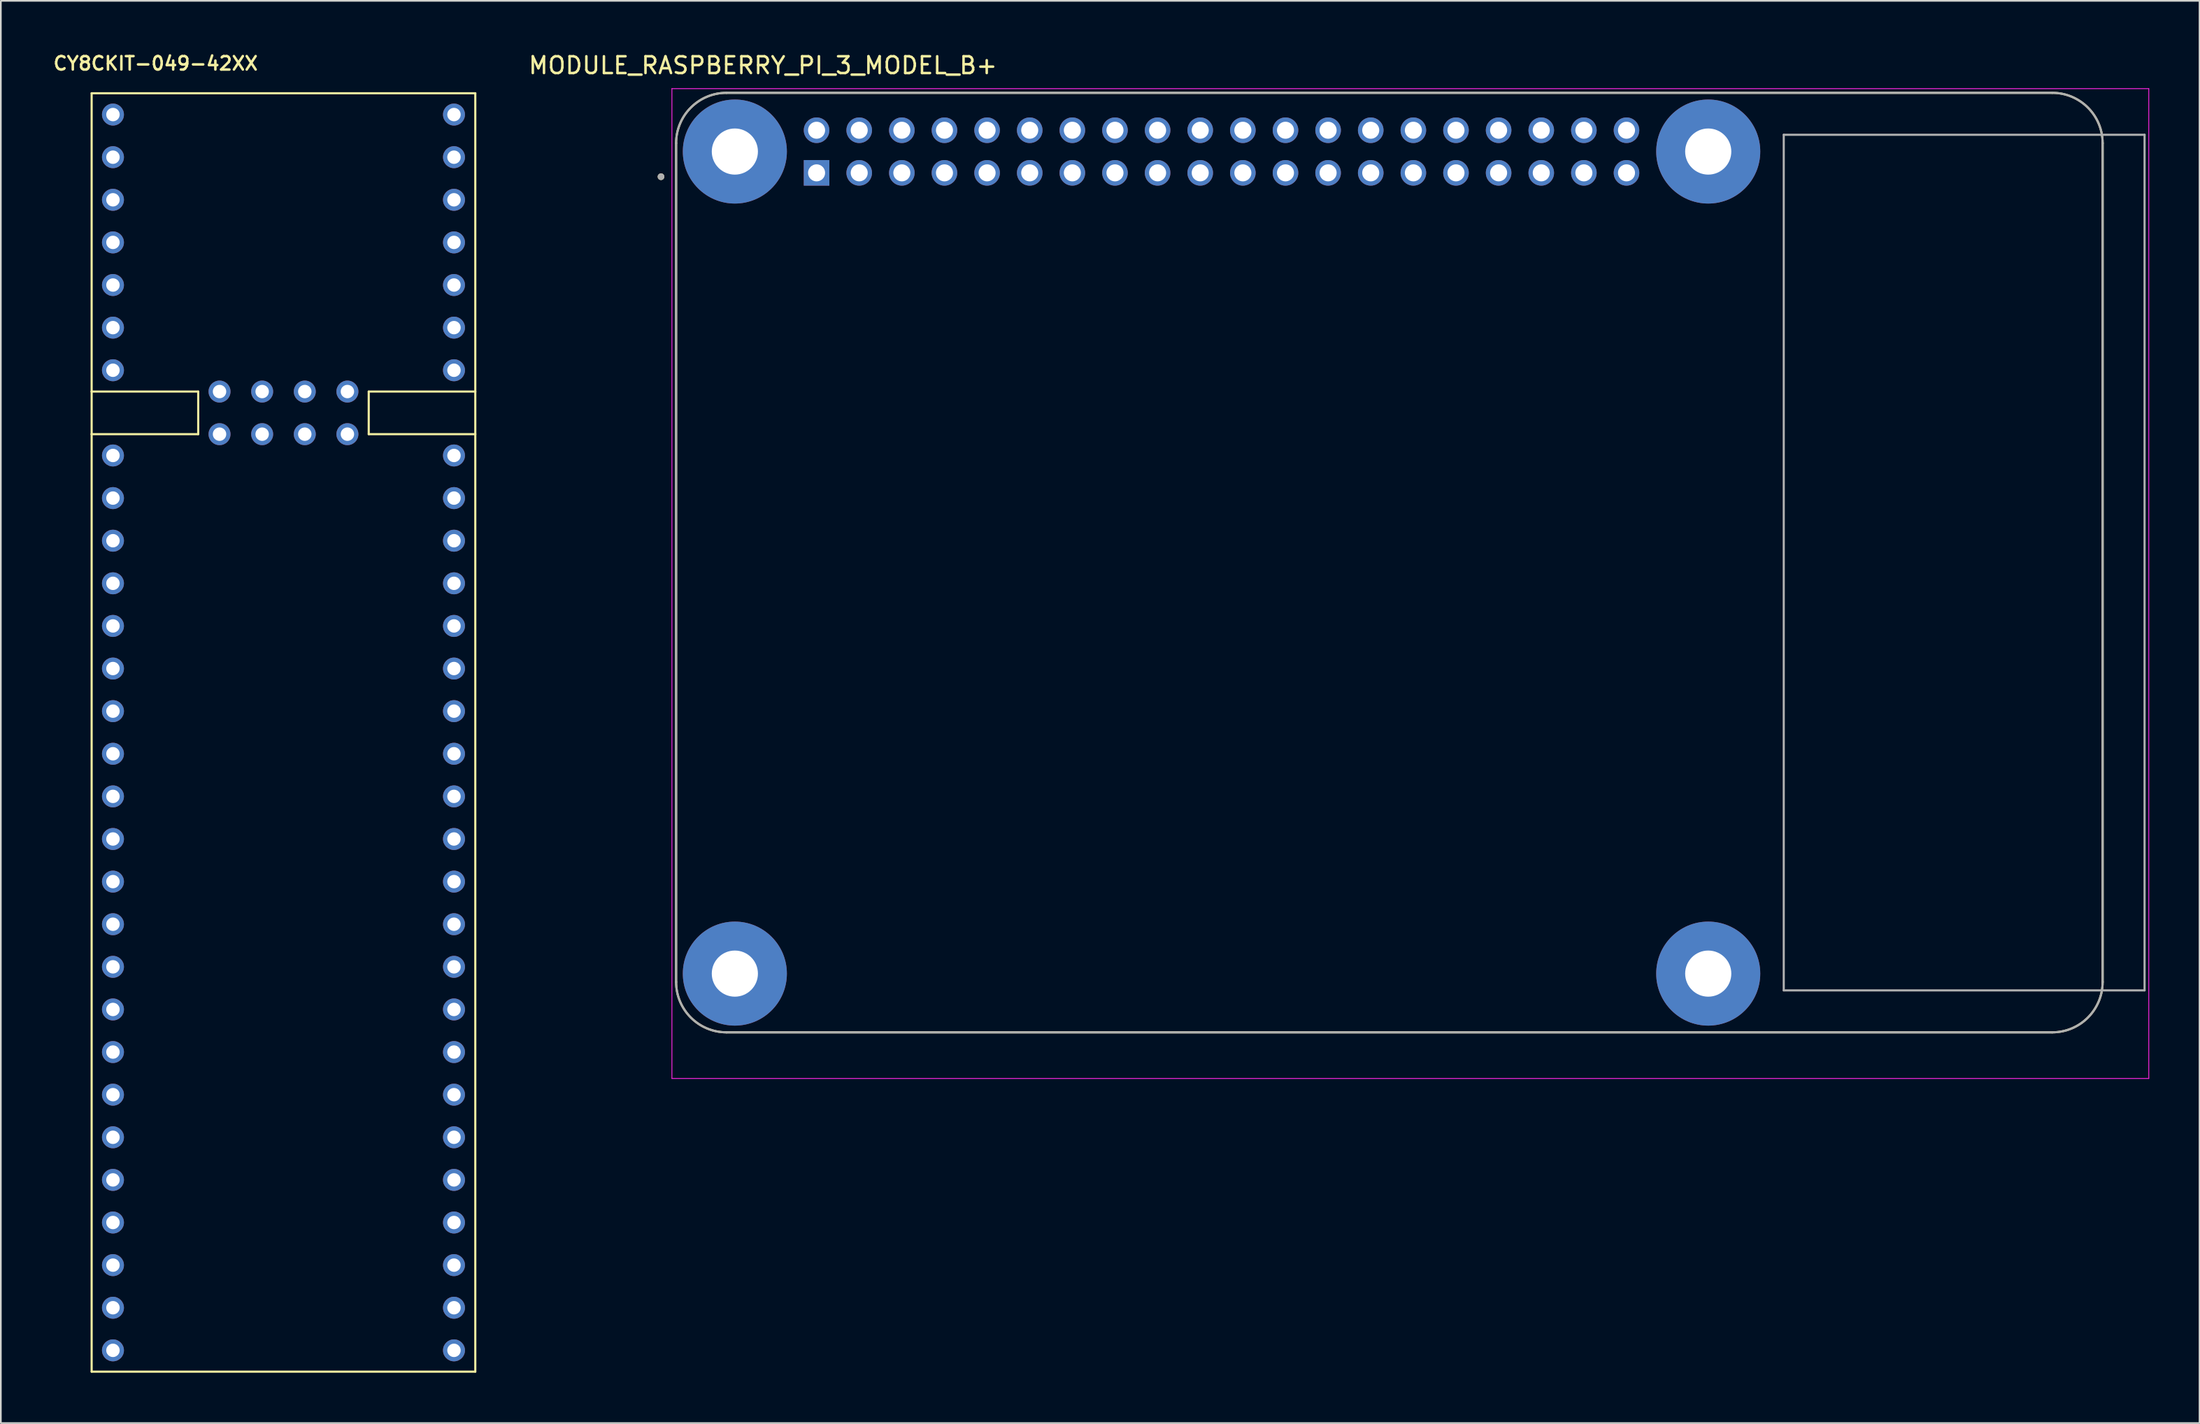
<source format=kicad_pcb>
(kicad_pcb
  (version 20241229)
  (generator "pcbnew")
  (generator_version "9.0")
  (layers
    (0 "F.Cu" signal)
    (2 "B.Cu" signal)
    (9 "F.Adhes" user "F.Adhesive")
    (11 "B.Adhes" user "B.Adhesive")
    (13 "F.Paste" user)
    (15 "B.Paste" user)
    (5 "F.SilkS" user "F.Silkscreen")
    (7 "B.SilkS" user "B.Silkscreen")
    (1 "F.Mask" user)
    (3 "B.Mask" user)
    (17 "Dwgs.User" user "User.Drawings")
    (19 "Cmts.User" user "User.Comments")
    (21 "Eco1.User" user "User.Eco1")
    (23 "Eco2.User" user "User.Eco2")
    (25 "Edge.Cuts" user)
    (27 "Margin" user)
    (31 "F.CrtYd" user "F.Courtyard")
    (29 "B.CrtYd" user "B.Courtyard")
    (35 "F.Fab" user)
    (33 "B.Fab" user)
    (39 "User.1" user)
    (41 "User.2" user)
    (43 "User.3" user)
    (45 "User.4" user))
  (footprint "CY8CKIT-049-42XX"
    (layer "F.Cu")
    (at 13.841 44.419)
    (property "Reference" "CY8CKIT-049-42XX" (at -7.62 -43.688 0) (layer "F.SilkS") (effects (font (size 0.8 0.8) (thickness 0.15))))
    (attr through_hole)
    (fp_line (start -11.43 -41.91) (end 11.43 -41.91) (stroke (width 0.127) (type solid)) (layer "F.SilkS"))
    (fp_line (start -11.43 -24.13) (end -11.43 -41.91) (stroke (width 0.127) (type solid)) (layer "F.SilkS"))
    (fp_line (start -11.43 -24.13) (end -5.08 -24.13) (stroke (width 0.127) (type solid)) (layer "F.SilkS"))
    (fp_line (start -11.43 -21.59) (end -11.43 -24.13) (stroke (width 0.127) (type solid)) (layer "F.SilkS"))
    (fp_line (start -11.43 34.29) (end -11.43 -21.59) (stroke (width 0.127) (type solid)) (layer "F.SilkS"))
    (fp_line (start -5.08 -24.13) (end -5.08 -21.59) (stroke (width 0.127) (type solid)) (layer "F.SilkS"))
    (fp_line (start -5.08 -21.59) (end -11.43 -21.59) (stroke (width 0.127) (type solid)) (layer "F.SilkS"))
    (fp_line (start 5.08 -24.13) (end 5.08 -21.59) (stroke (width 0.127) (type solid)) (layer "F.SilkS"))
    (fp_line (start 5.08 -21.59) (end 11.43 -21.59) (stroke (width 0.127) (type solid)) (layer "F.SilkS"))
    (fp_line (start 11.43 -41.91) (end 11.43 -24.13) (stroke (width 0.127) (type solid)) (layer "F.SilkS"))
    (fp_line (start 11.43 -24.13) (end 5.08 -24.13) (stroke (width 0.127) (type solid)) (layer "F.SilkS"))
    (fp_line (start 11.43 -24.13) (end 11.43 -21.59) (stroke (width 0.127) (type solid)) (layer "F.SilkS"))
    (fp_line (start 11.43 -21.59) (end 11.43 34.29) (stroke (width 0.127) (type solid)) (layer "F.SilkS"))
    (fp_line (start 11.43 34.29) (end -11.43 34.29) (stroke (width 0.127) (type solid)) (layer "F.SilkS"))
    (pad "1" thru_hole circle (at -10.16 33.02) (size 1.308 1.308) (drill 0.8) (layers "*.Cu" "*.Mask"))
    (pad "2" thru_hole circle (at -10.16 30.48) (size 1.308 1.308) (drill 0.8) (layers "*.Cu" "*.Mask"))
    (pad "3" thru_hole circle (at -10.16 27.94) (size 1.308 1.308) (drill 0.8) (layers "*.Cu" "*.Mask"))
    (pad "4" thru_hole circle (at -10.16 25.4) (size 1.308 1.308) (drill 0.8) (layers "*.Cu" "*.Mask"))
    (pad "5" thru_hole circle (at -10.16 22.86) (size 1.308 1.308) (drill 0.8) (layers "*.Cu" "*.Mask"))
    (pad "6" thru_hole circle (at -10.16 20.32) (size 1.308 1.308) (drill 0.8) (layers "*.Cu" "*.Mask"))
    (pad "7" thru_hole circle (at -10.16 17.78) (size 1.308 1.308) (drill 0.8) (layers "*.Cu" "*.Mask"))
    (pad "8" thru_hole circle (at -10.16 15.24) (size 1.308 1.308) (drill 0.8) (layers "*.Cu" "*.Mask"))
    (pad "9" thru_hole circle (at -10.16 12.7) (size 1.308 1.308) (drill 0.8) (layers "*.Cu" "*.Mask"))
    (pad "10" thru_hole circle (at -10.16 10.16) (size 1.308 1.308) (drill 0.8) (layers "*.Cu" "*.Mask"))
    (pad "11" thru_hole circle (at -10.16 7.62) (size 1.308 1.308) (drill 0.8) (layers "*.Cu" "*.Mask"))
    (pad "12" thru_hole circle (at -10.16 5.08) (size 1.308 1.308) (drill 0.8) (layers "*.Cu" "*.Mask"))
    (pad "13" thru_hole circle (at -10.16 2.54) (size 1.308 1.308) (drill 0.8) (layers "*.Cu" "*.Mask"))
    (pad "14" thru_hole circle (at -10.16 0) (size 1.308 1.308) (drill 0.8) (layers "*.Cu" "*.Mask"))
    (pad "15" thru_hole circle (at -10.16 -2.54) (size 1.308 1.308) (drill 0.8) (layers "*.Cu" "*.Mask"))
    (pad "16" thru_hole circle (at -10.16 -5.08) (size 1.308 1.308) (drill 0.8) (layers "*.Cu" "*.Mask"))
    (pad "17" thru_hole circle (at -10.16 -7.62) (size 1.308 1.308) (drill 0.8) (layers "*.Cu" "*.Mask"))
    (pad "18" thru_hole circle (at -10.16 -10.16) (size 1.308 1.308) (drill 0.8) (layers "*.Cu" "*.Mask"))
    (pad "19" thru_hole circle (at -10.16 -12.7) (size 1.308 1.308) (drill 0.8) (layers "*.Cu" "*.Mask"))
    (pad "20" thru_hole circle (at -10.16 -15.24) (size 1.308 1.308) (drill 0.8) (layers "*.Cu" "*.Mask"))
    (pad "21" thru_hole circle (at -10.16 -17.78) (size 1.308 1.308) (drill 0.8) (layers "*.Cu" "*.Mask"))
    (pad "22" thru_hole circle (at -10.16 -20.32) (size 1.308 1.308) (drill 0.8) (layers "*.Cu" "*.Mask"))
    (pad "23" thru_hole circle (at 10.16 -20.32) (size 1.308 1.308) (drill 0.8) (layers "*.Cu" "*.Mask"))
    (pad "24" thru_hole circle (at 10.16 -17.78) (size 1.308 1.308) (drill 0.8) (layers "*.Cu" "*.Mask"))
    (pad "25" thru_hole circle (at 10.16 -15.24) (size 1.308 1.308) (drill 0.8) (layers "*.Cu" "*.Mask"))
    (pad "26" thru_hole circle (at 10.16 -12.7) (size 1.308 1.308) (drill 0.8) (layers "*.Cu" "*.Mask"))
    (pad "27" thru_hole circle (at 10.16 -10.16) (size 1.308 1.308) (drill 0.8) (layers "*.Cu" "*.Mask"))
    (pad "28" thru_hole circle (at 10.16 -7.62) (size 1.308 1.308) (drill 0.8) (layers "*.Cu" "*.Mask"))
    (pad "29" thru_hole circle (at 10.16 -5.08) (size 1.308 1.308) (drill 0.8) (layers "*.Cu" "*.Mask"))
    (pad "30" thru_hole circle (at 10.16 -2.54) (size 1.308 1.308) (drill 0.8) (layers "*.Cu" "*.Mask"))
    (pad "31" thru_hole circle (at 10.16 0) (size 1.308 1.308) (drill 0.8) (layers "*.Cu" "*.Mask"))
    (pad "32" thru_hole circle (at 10.16 2.54) (size 1.308 1.308) (drill 0.8) (layers "*.Cu" "*.Mask"))
    (pad "33" thru_hole circle (at 10.16 5.08) (size 1.308 1.308) (drill 0.8) (layers "*.Cu" "*.Mask"))
    (pad "34" thru_hole circle (at 10.16 7.62) (size 1.308 1.308) (drill 0.8) (layers "*.Cu" "*.Mask"))
    (pad "35" thru_hole circle (at 10.16 10.16) (size 1.308 1.308) (drill 0.8) (layers "*.Cu" "*.Mask"))
    (pad "36" thru_hole circle (at 10.16 12.7) (size 1.308 1.308) (drill 0.8) (layers "*.Cu" "*.Mask"))
    (pad "37" thru_hole circle (at 10.16 15.24) (size 1.308 1.308) (drill 0.8) (layers "*.Cu" "*.Mask"))
    (pad "38" thru_hole circle (at 10.16 17.78) (size 1.308 1.308) (drill 0.8) (layers "*.Cu" "*.Mask"))
    (pad "39" thru_hole circle (at 10.16 20.32) (size 1.308 1.308) (drill 0.8) (layers "*.Cu" "*.Mask"))
    (pad "40" thru_hole circle (at 10.16 22.86) (size 1.308 1.308) (drill 0.8) (layers "*.Cu" "*.Mask"))
    (pad "41" thru_hole circle (at 10.16 25.4) (size 1.308 1.308) (drill 0.8) (layers "*.Cu" "*.Mask"))
    (pad "42" thru_hole circle (at 10.16 27.94) (size 1.308 1.308) (drill 0.8) (layers "*.Cu" "*.Mask"))
    (pad "43" thru_hole circle (at 10.16 30.48) (size 1.308 1.308) (drill 0.8) (layers "*.Cu" "*.Mask"))
    (pad "44" thru_hole circle (at 10.16 33.02) (size 1.308 1.308) (drill 0.8) (layers "*.Cu" "*.Mask"))
    (pad "45" thru_hole circle (at -3.81 -21.59) (size 1.308 1.308) (drill 0.8) (layers "*.Cu" "*.Mask"))
    (pad "46" thru_hole circle (at -1.27 -21.59) (size 1.308 1.308) (drill 0.8) (layers "*.Cu" "*.Mask"))
    (pad "47" thru_hole circle (at 1.27 -21.59) (size 1.308 1.308) (drill 0.8) (layers "*.Cu" "*.Mask"))
    (pad "48" thru_hole circle (at 3.81 -21.59) (size 1.308 1.308) (drill 0.8) (layers "*.Cu" "*.Mask"))
    (pad "49" thru_hole circle (at -3.81 -24.13) (size 1.308 1.308) (drill 0.8) (layers "*.Cu" "*.Mask"))
    (pad "50" thru_hole circle (at -1.27 -24.13) (size 1.308 1.308) (drill 0.8) (layers "*.Cu" "*.Mask"))
    (pad "51" thru_hole circle (at 1.27 -24.13) (size 1.308 1.308) (drill 0.8) (layers "*.Cu" "*.Mask"))
    (pad "52" thru_hole circle (at 3.81 -24.13) (size 1.308 1.308) (drill 0.8) (layers "*.Cu" "*.Mask"))
    (pad "53" thru_hole circle (at -10.16 -25.4) (size 1.308 1.308) (drill 0.8) (layers "*.Cu" "*.Mask"))
    (pad "54" thru_hole circle (at -10.16 -27.94) (size 1.308 1.308) (drill 0.8) (layers "*.Cu" "*.Mask"))
    (pad "55" thru_hole circle (at -10.16 -30.48) (size 1.308 1.308) (drill 0.8) (layers "*.Cu" "*.Mask"))
    (pad "56" thru_hole circle (at -10.16 -33.02) (size 1.308 1.308) (drill 0.8) (layers "*.Cu" "*.Mask"))
    (pad "57" thru_hole circle (at -10.16 -35.56) (size 1.308 1.308) (drill 0.8) (layers "*.Cu" "*.Mask"))
    (pad "58" thru_hole circle (at -10.16 -38.1) (size 1.308 1.308) (drill 0.8) (layers "*.Cu" "*.Mask"))
    (pad "59" thru_hole circle (at -10.16 -40.64) (size 1.308 1.308) (drill 0.8) (layers "*.Cu" "*.Mask"))
    (pad "60" thru_hole circle (at 10.16 -40.64) (size 1.308 1.308) (drill 0.8) (layers "*.Cu" "*.Mask"))
    (pad "61" thru_hole circle (at 10.16 -38.1) (size 1.308 1.308) (drill 0.8) (layers "*.Cu" "*.Mask"))
    (pad "62" thru_hole circle (at 10.16 -35.56) (size 1.308 1.308) (drill 0.8) (layers "*.Cu" "*.Mask"))
    (pad "63" thru_hole circle (at 10.16 -33.02) (size 1.308 1.308) (drill 0.8) (layers "*.Cu" "*.Mask"))
    (pad "64" thru_hole circle (at 10.16 -30.48) (size 1.308 1.308) (drill 0.8) (layers "*.Cu" "*.Mask"))
    (pad "65" thru_hole circle (at 10.16 -27.94) (size 1.308 1.308) (drill 0.8) (layers "*.Cu" "*.Mask"))
    (pad "66" thru_hole circle (at 10.16 -25.4) (size 1.308 1.308) (drill 0.8) (layers "*.Cu" "*.Mask")))
  (footprint "MODULE_RASPBERRY_PI_3_MODEL_B+"
    (layer "F.Cu")
    (at 79.737 30.483)
    (property "Reference" "MODULE_RASPBERRY_PI_3_MODEL_B+" (at -37.325 -29.635 0) (layer "F.SilkS") (effects (font (size 1 1) (thickness 0.15))))
    (attr through_hole)
    (fp_line (start -42.5 -25) (end -42.5 25) (stroke (width 0.127) (type solid)) (layer "F.SilkS"))
    (fp_line (start -39.5 28) (end 39.5 28) (stroke (width 0.127) (type solid)) (layer "F.SilkS"))
    (fp_line (start 39.5 -28) (end -39.5 -28) (stroke (width 0.127) (type solid)) (layer "F.SilkS"))
    (fp_line (start 42.5 25) (end 42.5 -25) (stroke (width 0.127) (type solid)) (layer "F.SilkS"))
    (fp_arc (start -42.5 -25) (mid -41.62132 -27.12132) (end -39.5 -28) (stroke (width 0.127) (type solid)) (layer "F.SilkS"))
    (fp_arc (start -39.5 28) (mid -41.62132 27.12132) (end -42.5 25) (stroke (width 0.127) (type solid)) (layer "F.SilkS"))
    (fp_arc (start 39.5 -28) (mid 41.62132 -27.12132) (end 42.5 -25) (stroke (width 0.127) (type solid)) (layer "F.SilkS"))
    (fp_arc (start 42.5 25) (mid 41.62132 27.12132) (end 39.5 28) (stroke (width 0.127) (type solid)) (layer "F.SilkS"))
    (fp_circle (center -43.4 -23) (end -43.3 -23) (stroke (width 0.2) (type solid)) (fill no) (layer "F.SilkS"))
    (fp_line (start -42.75 -28.25) (end 45.25 -28.25) (stroke (width 0.05) (type solid)) (layer "F.CrtYd"))
    (fp_line (start -42.75 30.75) (end -42.75 -28.25) (stroke (width 0.05) (type solid)) (layer "F.CrtYd"))
    (fp_line (start 45.25 -28.25) (end 45.25 30.75) (stroke (width 0.05) (type solid)) (layer "F.CrtYd"))
    (fp_line (start 45.25 30.75) (end -42.75 30.75) (stroke (width 0.05) (type solid)) (layer "F.CrtYd"))
    (fp_line (start -42.5 -25) (end -42.5 25) (stroke (width 0.127) (type solid)) (layer "F.Fab"))
    (fp_line (start -39.5 28) (end 39.5 28) (stroke (width 0.127) (type solid)) (layer "F.Fab"))
    (fp_line (start 23.5 -25.5) (end 23.5 25.5) (stroke (width 0.127) (type solid)) (layer "F.Fab"))
    (fp_line (start 23.5 25.5) (end 45 25.5) (stroke (width 0.127) (type solid)) (layer "F.Fab"))
    (fp_line (start 39.5 -28) (end -39.5 -28) (stroke (width 0.127) (type solid)) (layer "F.Fab"))
    (fp_line (start 42.5 25) (end 42.5 -25) (stroke (width 0.127) (type solid)) (layer "F.Fab"))
    (fp_line (start 45 -25.5) (end 23.5 -25.5) (stroke (width 0.127) (type solid)) (layer "F.Fab"))
    (fp_line (start 45 25.5) (end 45 -25.5) (stroke (width 0.127) (type solid)) (layer "F.Fab"))
    (fp_arc (start -42.5 -25) (mid -41.62132 -27.12132) (end -39.5 -28) (stroke (width 0.127) (type solid)) (layer "F.Fab"))
    (fp_arc (start -39.5 28) (mid -41.62132 27.12132) (end -42.5 25) (stroke (width 0.127) (type solid)) (layer "F.Fab"))
    (fp_arc (start 39.5 -28) (mid 41.62132 -27.12132) (end 42.5 -25) (stroke (width 0.127) (type solid)) (layer "F.Fab"))
    (fp_arc (start 42.5 25) (mid 41.62132 27.12132) (end 39.5 28) (stroke (width 0.127) (type solid)) (layer "F.Fab"))
    (fp_circle (center -43.4 -23) (end -43.3 -23) (stroke (width 0.2) (type solid)) (fill no) (layer "F.Fab"))
    (pad "1" thru_hole rect (at -34.13 -23.23) (size 1.524 1.524) (drill 1.016) (layers "*.Cu" "*.Mask"))
    (pad "2" thru_hole circle (at -34.13 -25.77) (size 1.524 1.524) (drill 1.016) (layers "*.Cu" "*.Mask"))
    (pad "3" thru_hole circle (at -31.59 -23.23) (size 1.524 1.524) (drill 1.016) (layers "*.Cu" "*.Mask"))
    (pad "4" thru_hole circle (at -31.59 -25.77) (size 1.524 1.524) (drill 1.016) (layers "*.Cu" "*.Mask"))
    (pad "5" thru_hole circle (at -29.05 -23.23) (size 1.524 1.524) (drill 1.016) (layers "*.Cu" "*.Mask"))
    (pad "6" thru_hole circle (at -29.05 -25.77) (size 1.524 1.524) (drill 1.016) (layers "*.Cu" "*.Mask"))
    (pad "7" thru_hole circle (at -26.51 -23.23) (size 1.524 1.524) (drill 1.016) (layers "*.Cu" "*.Mask"))
    (pad "8" thru_hole circle (at -26.51 -25.77) (size 1.524 1.524) (drill 1.016) (layers "*.Cu" "*.Mask"))
    (pad "9" thru_hole circle (at -23.97 -23.23) (size 1.524 1.524) (drill 1.016) (layers "*.Cu" "*.Mask"))
    (pad "10" thru_hole circle (at -23.97 -25.77) (size 1.524 1.524) (drill 1.016) (layers "*.Cu" "*.Mask"))
    (pad "11" thru_hole circle (at -21.43 -23.23) (size 1.524 1.524) (drill 1.016) (layers "*.Cu" "*.Mask"))
    (pad "12" thru_hole circle (at -21.43 -25.77) (size 1.524 1.524) (drill 1.016) (layers "*.Cu" "*.Mask"))
    (pad "13" thru_hole circle (at -18.89 -23.23) (size 1.524 1.524) (drill 1.016) (layers "*.Cu" "*.Mask"))
    (pad "14" thru_hole circle (at -18.89 -25.77) (size 1.524 1.524) (drill 1.016) (layers "*.Cu" "*.Mask"))
    (pad "15" thru_hole circle (at -16.35 -23.23) (size 1.524 1.524) (drill 1.016) (layers "*.Cu" "*.Mask"))
    (pad "16" thru_hole circle (at -16.35 -25.77) (size 1.524 1.524) (drill 1.016) (layers "*.Cu" "*.Mask"))
    (pad "17" thru_hole circle (at -13.81 -23.23) (size 1.524 1.524) (drill 1.016) (layers "*.Cu" "*.Mask"))
    (pad "18" thru_hole circle (at -13.81 -25.77) (size 1.524 1.524) (drill 1.016) (layers "*.Cu" "*.Mask"))
    (pad "19" thru_hole circle (at -11.27 -23.23) (size 1.524 1.524) (drill 1.016) (layers "*.Cu" "*.Mask"))
    (pad "20" thru_hole circle (at -11.27 -25.77) (size 1.524 1.524) (drill 1.016) (layers "*.Cu" "*.Mask"))
    (pad "21" thru_hole circle (at -8.73 -23.23) (size 1.524 1.524) (drill 1.016) (layers "*.Cu" "*.Mask"))
    (pad "22" thru_hole circle (at -8.73 -25.77) (size 1.524 1.524) (drill 1.016) (layers "*.Cu" "*.Mask"))
    (pad "23" thru_hole circle (at -6.19 -23.23) (size 1.524 1.524) (drill 1.016) (layers "*.Cu" "*.Mask"))
    (pad "24" thru_hole circle (at -6.19 -25.77) (size 1.524 1.524) (drill 1.016) (layers "*.Cu" "*.Mask"))
    (pad "25" thru_hole circle (at -3.65 -23.23) (size 1.524 1.524) (drill 1.016) (layers "*.Cu" "*.Mask"))
    (pad "26" thru_hole circle (at -3.65 -25.77) (size 1.524 1.524) (drill 1.016) (layers "*.Cu" "*.Mask"))
    (pad "27" thru_hole circle (at -1.11 -23.23) (size 1.524 1.524) (drill 1.016) (layers "*.Cu" "*.Mask"))
    (pad "28" thru_hole circle (at -1.11 -25.77) (size 1.524 1.524) (drill 1.016) (layers "*.Cu" "*.Mask"))
    (pad "29" thru_hole circle (at 1.43 -23.23) (size 1.524 1.524) (drill 1.016) (layers "*.Cu" "*.Mask"))
    (pad "30" thru_hole circle (at 1.43 -25.77) (size 1.524 1.524) (drill 1.016) (layers "*.Cu" "*.Mask"))
    (pad "31" thru_hole circle (at 3.97 -23.23) (size 1.524 1.524) (drill 1.016) (layers "*.Cu" "*.Mask"))
    (pad "32" thru_hole circle (at 3.97 -25.77) (size 1.524 1.524) (drill 1.016) (layers "*.Cu" "*.Mask"))
    (pad "33" thru_hole circle (at 6.51 -23.23) (size 1.524 1.524) (drill 1.016) (layers "*.Cu" "*.Mask"))
    (pad "34" thru_hole circle (at 6.51 -25.77) (size 1.524 1.524) (drill 1.016) (layers "*.Cu" "*.Mask"))
    (pad "35" thru_hole circle (at 9.05 -23.23) (size 1.524 1.524) (drill 1.016) (layers "*.Cu" "*.Mask"))
    (pad "36" thru_hole circle (at 9.05 -25.77) (size 1.524 1.524) (drill 1.016) (layers "*.Cu" "*.Mask"))
    (pad "37" thru_hole circle (at 11.59 -23.23) (size 1.524 1.524) (drill 1.016) (layers "*.Cu" "*.Mask"))
    (pad "38" thru_hole circle (at 11.59 -25.77) (size 1.524 1.524) (drill 1.016) (layers "*.Cu" "*.Mask"))
    (pad "39" thru_hole circle (at 14.13 -23.23) (size 1.524 1.524) (drill 1.016) (layers "*.Cu" "*.Mask"))
    (pad "40" thru_hole circle (at 14.13 -25.77) (size 1.524 1.524) (drill 1.016) (layers "*.Cu" "*.Mask"))
    (pad "S1" thru_hole circle (at -39 -24.5) (size 6.2 6.2) (drill 2.75) (layers "*.Cu" "*.Mask"))
    (pad "S2" thru_hole circle (at 19 -24.5) (size 6.2 6.2) (drill 2.75) (layers "*.Cu" "*.Mask"))
    (pad "S3" thru_hole circle (at 19 24.5) (size 6.2 6.2) (drill 2.75) (layers "*.Cu" "*.Mask"))
    (pad "S4" thru_hole circle (at -39 24.5) (size 6.2 6.2) (drill 2.75) (layers "*.Cu" "*.Mask")))
  (gr_rect
    (start -3 -3)
    (end 128.012 81.773)
    (stroke (width 0.1) (type default))
    (fill no)
    (layer "Edge.Cuts")))
</source>
